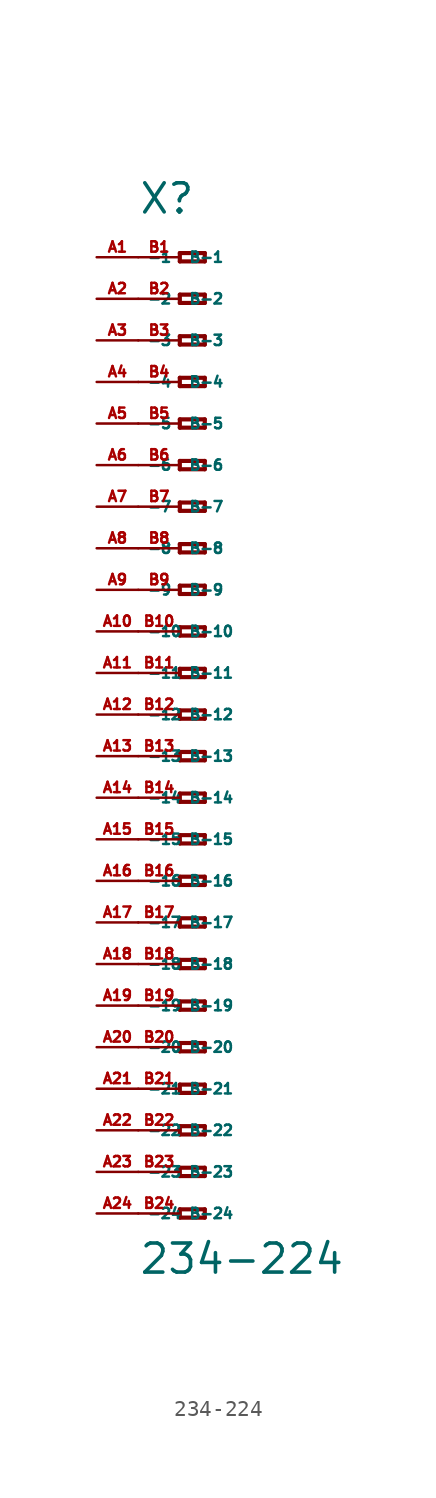
<source format=kicad_sym>
(kicad_symbol_lib
  (version 20220914)
  (generator Eagle2Kicad)
  (symbol "234-224"
    (property "Reference" "X"
      (at -5.08 30.48 0)
      (effects (font (size 1.778 1.778) (thickness 0.22)) (justify left bottom)))
    (property "Value" "234-224"
      (at -5.08 -34.29 0)
      (effects (font (size 1.778 1.778) (thickness 0.22)) (justify left bottom)))
    (polyline
      (pts (xy -2.54 28.194) (xy -2.54 27.686))
      (stroke (width 0.254) (type default))
      (fill (type none)))
    (polyline
      (pts (xy -2.54 27.686) (xy -1.016 27.686))
      (stroke (width 0.254) (type default))
      (fill (type none)))
    (polyline
      (pts (xy -1.016 27.686) (xy -1.016 28.194))
      (stroke (width 0.254) (type default))
      (fill (type none)))
    (polyline
      (pts (xy -1.016 28.194) (xy -2.54 28.194))
      (stroke (width 0.254) (type default))
      (fill (type none)))
    (polyline
      (pts (xy -2.54 25.654) (xy -2.54 25.146))
      (stroke (width 0.254) (type default))
      (fill (type none)))
    (polyline
      (pts (xy -2.54 25.146) (xy -1.016 25.146))
      (stroke (width 0.254) (type default))
      (fill (type none)))
    (polyline
      (pts (xy -1.016 25.146) (xy -1.016 25.654))
      (stroke (width 0.254) (type default))
      (fill (type none)))
    (polyline
      (pts (xy -1.016 25.654) (xy -2.54 25.654))
      (stroke (width 0.254) (type default))
      (fill (type none)))
    (polyline
      (pts (xy -2.54 23.114) (xy -2.54 22.606))
      (stroke (width 0.254) (type default))
      (fill (type none)))
    (polyline
      (pts (xy -2.54 22.606) (xy -1.016 22.606))
      (stroke (width 0.254) (type default))
      (fill (type none)))
    (polyline
      (pts (xy -1.016 22.606) (xy -1.016 23.114))
      (stroke (width 0.254) (type default))
      (fill (type none)))
    (polyline
      (pts (xy -1.016 23.114) (xy -2.54 23.114))
      (stroke (width 0.254) (type default))
      (fill (type none)))
    (polyline
      (pts (xy -2.54 20.574) (xy -2.54 20.066))
      (stroke (width 0.254) (type default))
      (fill (type none)))
    (polyline
      (pts (xy -2.54 20.066) (xy -1.016 20.066))
      (stroke (width 0.254) (type default))
      (fill (type none)))
    (polyline
      (pts (xy -1.016 20.066) (xy -1.016 20.574))
      (stroke (width 0.254) (type default))
      (fill (type none)))
    (polyline
      (pts (xy -1.016 20.574) (xy -2.54 20.574))
      (stroke (width 0.254) (type default))
      (fill (type none)))
    (polyline
      (pts (xy -2.54 18.034) (xy -2.54 17.526))
      (stroke (width 0.254) (type default))
      (fill (type none)))
    (polyline
      (pts (xy -2.54 17.526) (xy -1.016 17.526))
      (stroke (width 0.254) (type default))
      (fill (type none)))
    (polyline
      (pts (xy -1.016 17.526) (xy -1.016 18.034))
      (stroke (width 0.254) (type default))
      (fill (type none)))
    (polyline
      (pts (xy -1.016 18.034) (xy -2.54 18.034))
      (stroke (width 0.254) (type default))
      (fill (type none)))
    (polyline
      (pts (xy -2.54 15.494) (xy -2.54 14.986))
      (stroke (width 0.254) (type default))
      (fill (type none)))
    (polyline
      (pts (xy -2.54 14.986) (xy -1.016 14.986))
      (stroke (width 0.254) (type default))
      (fill (type none)))
    (polyline
      (pts (xy -1.016 14.986) (xy -1.016 15.494))
      (stroke (width 0.254) (type default))
      (fill (type none)))
    (polyline
      (pts (xy -1.016 15.494) (xy -2.54 15.494))
      (stroke (width 0.254) (type default))
      (fill (type none)))
    (polyline
      (pts (xy -2.54 12.954) (xy -2.54 12.446))
      (stroke (width 0.254) (type default))
      (fill (type none)))
    (polyline
      (pts (xy -2.54 12.446) (xy -1.016 12.446))
      (stroke (width 0.254) (type default))
      (fill (type none)))
    (polyline
      (pts (xy -1.016 12.446) (xy -1.016 12.954))
      (stroke (width 0.254) (type default))
      (fill (type none)))
    (polyline
      (pts (xy -1.016 12.954) (xy -2.54 12.954))
      (stroke (width 0.254) (type default))
      (fill (type none)))
    (polyline
      (pts (xy -2.54 10.414) (xy -2.54 9.906))
      (stroke (width 0.254) (type default))
      (fill (type none)))
    (polyline
      (pts (xy -2.54 9.906) (xy -1.016 9.906))
      (stroke (width 0.254) (type default))
      (fill (type none)))
    (polyline
      (pts (xy -1.016 9.906) (xy -1.016 10.414))
      (stroke (width 0.254) (type default))
      (fill (type none)))
    (polyline
      (pts (xy -1.016 10.414) (xy -2.54 10.414))
      (stroke (width 0.254) (type default))
      (fill (type none)))
    (polyline
      (pts (xy -2.54 7.874) (xy -2.54 7.366))
      (stroke (width 0.254) (type default))
      (fill (type none)))
    (polyline
      (pts (xy -2.54 7.366) (xy -1.016 7.366))
      (stroke (width 0.254) (type default))
      (fill (type none)))
    (polyline
      (pts (xy -1.016 7.366) (xy -1.016 7.874))
      (stroke (width 0.254) (type default))
      (fill (type none)))
    (polyline
      (pts (xy -1.016 7.874) (xy -2.54 7.874))
      (stroke (width 0.254) (type default))
      (fill (type none)))
    (polyline
      (pts (xy -2.54 5.334) (xy -2.54 4.826))
      (stroke (width 0.254) (type default))
      (fill (type none)))
    (polyline
      (pts (xy -2.54 4.826) (xy -1.016 4.826))
      (stroke (width 0.254) (type default))
      (fill (type none)))
    (polyline
      (pts (xy -1.016 4.826) (xy -1.016 5.334))
      (stroke (width 0.254) (type default))
      (fill (type none)))
    (polyline
      (pts (xy -1.016 5.334) (xy -2.54 5.334))
      (stroke (width 0.254) (type default))
      (fill (type none)))
    (polyline
      (pts (xy -2.54 2.794) (xy -2.54 2.286))
      (stroke (width 0.254) (type default))
      (fill (type none)))
    (polyline
      (pts (xy -2.54 2.286) (xy -1.016 2.286))
      (stroke (width 0.254) (type default))
      (fill (type none)))
    (polyline
      (pts (xy -1.016 2.286) (xy -1.016 2.794))
      (stroke (width 0.254) (type default))
      (fill (type none)))
    (polyline
      (pts (xy -1.016 2.794) (xy -2.54 2.794))
      (stroke (width 0.254) (type default))
      (fill (type none)))
    (polyline
      (pts (xy -2.54 0.254) (xy -2.54 -0.254))
      (stroke (width 0.254) (type default))
      (fill (type none)))
    (polyline
      (pts (xy -2.54 -0.254) (xy -1.016 -0.254))
      (stroke (width 0.254) (type default))
      (fill (type none)))
    (polyline
      (pts (xy -1.016 -0.254) (xy -1.016 0.254))
      (stroke (width 0.254) (type default))
      (fill (type none)))
    (polyline
      (pts (xy -1.016 0.254) (xy -2.54 0.254))
      (stroke (width 0.254) (type default))
      (fill (type none)))
    (polyline
      (pts (xy -2.54 -2.286) (xy -2.54 -2.794))
      (stroke (width 0.254) (type default))
      (fill (type none)))
    (polyline
      (pts (xy -2.54 -2.794) (xy -1.016 -2.794))
      (stroke (width 0.254) (type default))
      (fill (type none)))
    (polyline
      (pts (xy -1.016 -2.794) (xy -1.016 -2.286))
      (stroke (width 0.254) (type default))
      (fill (type none)))
    (polyline
      (pts (xy -1.016 -2.286) (xy -2.54 -2.286))
      (stroke (width 0.254) (type default))
      (fill (type none)))
    (polyline
      (pts (xy -2.54 -4.826) (xy -2.54 -5.334))
      (stroke (width 0.254) (type default))
      (fill (type none)))
    (polyline
      (pts (xy -2.54 -5.334) (xy -1.016 -5.334))
      (stroke (width 0.254) (type default))
      (fill (type none)))
    (polyline
      (pts (xy -1.016 -5.334) (xy -1.016 -4.826))
      (stroke (width 0.254) (type default))
      (fill (type none)))
    (polyline
      (pts (xy -1.016 -4.826) (xy -2.54 -4.826))
      (stroke (width 0.254) (type default))
      (fill (type none)))
    (polyline
      (pts (xy -2.54 -7.366) (xy -2.54 -7.874))
      (stroke (width 0.254) (type default))
      (fill (type none)))
    (polyline
      (pts (xy -2.54 -7.874) (xy -1.016 -7.874))
      (stroke (width 0.254) (type default))
      (fill (type none)))
    (polyline
      (pts (xy -1.016 -7.874) (xy -1.016 -7.366))
      (stroke (width 0.254) (type default))
      (fill (type none)))
    (polyline
      (pts (xy -1.016 -7.366) (xy -2.54 -7.366))
      (stroke (width 0.254) (type default))
      (fill (type none)))
    (polyline
      (pts (xy -2.54 -9.906) (xy -2.54 -10.414))
      (stroke (width 0.254) (type default))
      (fill (type none)))
    (polyline
      (pts (xy -2.54 -10.414) (xy -1.016 -10.414))
      (stroke (width 0.254) (type default))
      (fill (type none)))
    (polyline
      (pts (xy -1.016 -10.414) (xy -1.016 -9.906))
      (stroke (width 0.254) (type default))
      (fill (type none)))
    (polyline
      (pts (xy -1.016 -9.906) (xy -2.54 -9.906))
      (stroke (width 0.254) (type default))
      (fill (type none)))
    (polyline
      (pts (xy -2.54 -12.446) (xy -2.54 -12.954))
      (stroke (width 0.254) (type default))
      (fill (type none)))
    (polyline
      (pts (xy -2.54 -12.954) (xy -1.016 -12.954))
      (stroke (width 0.254) (type default))
      (fill (type none)))
    (polyline
      (pts (xy -1.016 -12.954) (xy -1.016 -12.446))
      (stroke (width 0.254) (type default))
      (fill (type none)))
    (polyline
      (pts (xy -1.016 -12.446) (xy -2.54 -12.446))
      (stroke (width 0.254) (type default))
      (fill (type none)))
    (polyline
      (pts (xy -2.54 -14.986) (xy -2.54 -15.494))
      (stroke (width 0.254) (type default))
      (fill (type none)))
    (polyline
      (pts (xy -2.54 -15.494) (xy -1.016 -15.494))
      (stroke (width 0.254) (type default))
      (fill (type none)))
    (polyline
      (pts (xy -1.016 -15.494) (xy -1.016 -14.986))
      (stroke (width 0.254) (type default))
      (fill (type none)))
    (polyline
      (pts (xy -1.016 -14.986) (xy -2.54 -14.986))
      (stroke (width 0.254) (type default))
      (fill (type none)))
    (polyline
      (pts (xy -2.54 -17.526) (xy -2.54 -18.034))
      (stroke (width 0.254) (type default))
      (fill (type none)))
    (polyline
      (pts (xy -2.54 -18.034) (xy -1.016 -18.034))
      (stroke (width 0.254) (type default))
      (fill (type none)))
    (polyline
      (pts (xy -1.016 -18.034) (xy -1.016 -17.526))
      (stroke (width 0.254) (type default))
      (fill (type none)))
    (polyline
      (pts (xy -1.016 -17.526) (xy -2.54 -17.526))
      (stroke (width 0.254) (type default))
      (fill (type none)))
    (polyline
      (pts (xy -2.54 -20.066) (xy -2.54 -20.574))
      (stroke (width 0.254) (type default))
      (fill (type none)))
    (polyline
      (pts (xy -2.54 -20.574) (xy -1.016 -20.574))
      (stroke (width 0.254) (type default))
      (fill (type none)))
    (polyline
      (pts (xy -1.016 -20.574) (xy -1.016 -20.066))
      (stroke (width 0.254) (type default))
      (fill (type none)))
    (polyline
      (pts (xy -1.016 -20.066) (xy -2.54 -20.066))
      (stroke (width 0.254) (type default))
      (fill (type none)))
    (polyline
      (pts (xy -2.54 -22.606) (xy -2.54 -23.114))
      (stroke (width 0.254) (type default))
      (fill (type none)))
    (polyline
      (pts (xy -2.54 -23.114) (xy -1.016 -23.114))
      (stroke (width 0.254) (type default))
      (fill (type none)))
    (polyline
      (pts (xy -1.016 -23.114) (xy -1.016 -22.606))
      (stroke (width 0.254) (type default))
      (fill (type none)))
    (polyline
      (pts (xy -1.016 -22.606) (xy -2.54 -22.606))
      (stroke (width 0.254) (type default))
      (fill (type none)))
    (polyline
      (pts (xy -2.54 -25.146) (xy -2.54 -25.654))
      (stroke (width 0.254) (type default))
      (fill (type none)))
    (polyline
      (pts (xy -2.54 -25.654) (xy -1.016 -25.654))
      (stroke (width 0.254) (type default))
      (fill (type none)))
    (polyline
      (pts (xy -1.016 -25.654) (xy -1.016 -25.146))
      (stroke (width 0.254) (type default))
      (fill (type none)))
    (polyline
      (pts (xy -1.016 -25.146) (xy -2.54 -25.146))
      (stroke (width 0.254) (type default))
      (fill (type none)))
    (polyline
      (pts (xy -2.54 -27.686) (xy -2.54 -28.194))
      (stroke (width 0.254) (type default))
      (fill (type none)))
    (polyline
      (pts (xy -2.54 -28.194) (xy -1.016 -28.194))
      (stroke (width 0.254) (type default))
      (fill (type none)))
    (polyline
      (pts (xy -1.016 -28.194) (xy -1.016 -27.686))
      (stroke (width 0.254) (type default))
      (fill (type none)))
    (polyline
      (pts (xy -1.016 -27.686) (xy -2.54 -27.686))
      (stroke (width 0.254) (type default))
      (fill (type none)))
    (polyline
      (pts (xy -2.54 -30.226) (xy -2.54 -30.734))
      (stroke (width 0.254) (type default))
      (fill (type none)))
    (polyline
      (pts (xy -2.54 -30.734) (xy -1.016 -30.734))
      (stroke (width 0.254) (type default))
      (fill (type none)))
    (polyline
      (pts (xy -1.016 -30.734) (xy -1.016 -30.226))
      (stroke (width 0.254) (type default))
      (fill (type none)))
    (polyline
      (pts (xy -1.016 -30.226) (xy -2.54 -30.226))
      (stroke (width 0.254) (type default))
      (fill (type none)))
    (pin passive line
      (at -7.62 27.94 0)
      (length 2.54)
      (name "-1" (effects (font (size 0.635 0.635) (thickness 0.08)) (justify left bottom)))
      (number "A1" (effects (font (size 0.635 0.635) (thickness 0.08)) (justify left bottom))))
    (pin passive line
      (at -7.62 25.4 0)
      (length 2.54)
      (name "-2" (effects (font (size 0.635 0.635) (thickness 0.08)) (justify left bottom)))
      (number "A2" (effects (font (size 0.635 0.635) (thickness 0.08)) (justify left bottom))))
    (pin passive line
      (at -7.62 22.86 0)
      (length 2.54)
      (name "-3" (effects (font (size 0.635 0.635) (thickness 0.08)) (justify left bottom)))
      (number "A3" (effects (font (size 0.635 0.635) (thickness 0.08)) (justify left bottom))))
    (pin passive line
      (at -7.62 20.32 0)
      (length 2.54)
      (name "-4" (effects (font (size 0.635 0.635) (thickness 0.08)) (justify left bottom)))
      (number "A4" (effects (font (size 0.635 0.635) (thickness 0.08)) (justify left bottom))))
    (pin passive line
      (at -7.62 17.78 0)
      (length 2.54)
      (name "-5" (effects (font (size 0.635 0.635) (thickness 0.08)) (justify left bottom)))
      (number "A5" (effects (font (size 0.635 0.635) (thickness 0.08)) (justify left bottom))))
    (pin passive line
      (at -7.62 15.24 0)
      (length 2.54)
      (name "-6" (effects (font (size 0.635 0.635) (thickness 0.08)) (justify left bottom)))
      (number "A6" (effects (font (size 0.635 0.635) (thickness 0.08)) (justify left bottom))))
    (pin passive line
      (at -7.62 12.7 0)
      (length 2.54)
      (name "-7" (effects (font (size 0.635 0.635) (thickness 0.08)) (justify left bottom)))
      (number "A7" (effects (font (size 0.635 0.635) (thickness 0.08)) (justify left bottom))))
    (pin passive line
      (at -7.62 10.16 0)
      (length 2.54)
      (name "-8" (effects (font (size 0.635 0.635) (thickness 0.08)) (justify left bottom)))
      (number "A8" (effects (font (size 0.635 0.635) (thickness 0.08)) (justify left bottom))))
    (pin passive line
      (at -7.62 7.62 0)
      (length 2.54)
      (name "-9" (effects (font (size 0.635 0.635) (thickness 0.08)) (justify left bottom)))
      (number "A9" (effects (font (size 0.635 0.635) (thickness 0.08)) (justify left bottom))))
    (pin passive line
      (at -7.62 5.08 0)
      (length 2.54)
      (name "-10" (effects (font (size 0.635 0.635) (thickness 0.08)) (justify left bottom)))
      (number "A10" (effects (font (size 0.635 0.635) (thickness 0.08)) (justify left bottom))))
    (pin passive line
      (at -7.62 2.54 0)
      (length 2.54)
      (name "-11" (effects (font (size 0.635 0.635) (thickness 0.08)) (justify left bottom)))
      (number "A11" (effects (font (size 0.635 0.635) (thickness 0.08)) (justify left bottom))))
    (pin passive line
      (at -7.62 0 0)
      (length 2.54)
      (name "-12" (effects (font (size 0.635 0.635) (thickness 0.08)) (justify left bottom)))
      (number "A12" (effects (font (size 0.635 0.635) (thickness 0.08)) (justify left bottom))))
    (pin passive line
      (at -7.62 -2.54 0)
      (length 2.54)
      (name "-13" (effects (font (size 0.635 0.635) (thickness 0.08)) (justify left bottom)))
      (number "A13" (effects (font (size 0.635 0.635) (thickness 0.08)) (justify left bottom))))
    (pin passive line
      (at -7.62 -5.08 0)
      (length 2.54)
      (name "-14" (effects (font (size 0.635 0.635) (thickness 0.08)) (justify left bottom)))
      (number "A14" (effects (font (size 0.635 0.635) (thickness 0.08)) (justify left bottom))))
    (pin passive line
      (at -7.62 -7.62 0)
      (length 2.54)
      (name "-15" (effects (font (size 0.635 0.635) (thickness 0.08)) (justify left bottom)))
      (number "A15" (effects (font (size 0.635 0.635) (thickness 0.08)) (justify left bottom))))
    (pin passive line
      (at -7.62 -10.16 0)
      (length 2.54)
      (name "-16" (effects (font (size 0.635 0.635) (thickness 0.08)) (justify left bottom)))
      (number "A16" (effects (font (size 0.635 0.635) (thickness 0.08)) (justify left bottom))))
    (pin passive line
      (at -7.62 -12.7 0)
      (length 2.54)
      (name "-17" (effects (font (size 0.635 0.635) (thickness 0.08)) (justify left bottom)))
      (number "A17" (effects (font (size 0.635 0.635) (thickness 0.08)) (justify left bottom))))
    (pin passive line
      (at -7.62 -15.24 0)
      (length 2.54)
      (name "-18" (effects (font (size 0.635 0.635) (thickness 0.08)) (justify left bottom)))
      (number "A18" (effects (font (size 0.635 0.635) (thickness 0.08)) (justify left bottom))))
    (pin passive line
      (at -7.62 -17.78 0)
      (length 2.54)
      (name "-19" (effects (font (size 0.635 0.635) (thickness 0.08)) (justify left bottom)))
      (number "A19" (effects (font (size 0.635 0.635) (thickness 0.08)) (justify left bottom))))
    (pin passive line
      (at -7.62 -20.32 0)
      (length 2.54)
      (name "-20" (effects (font (size 0.635 0.635) (thickness 0.08)) (justify left bottom)))
      (number "A20" (effects (font (size 0.635 0.635) (thickness 0.08)) (justify left bottom))))
    (pin passive line
      (at -7.62 -22.86 0)
      (length 2.54)
      (name "-21" (effects (font (size 0.635 0.635) (thickness 0.08)) (justify left bottom)))
      (number "A21" (effects (font (size 0.635 0.635) (thickness 0.08)) (justify left bottom))))
    (pin passive line
      (at -7.62 -25.4 0)
      (length 2.54)
      (name "-22" (effects (font (size 0.635 0.635) (thickness 0.08)) (justify left bottom)))
      (number "A22" (effects (font (size 0.635 0.635) (thickness 0.08)) (justify left bottom))))
    (pin passive line
      (at -7.62 -27.94 0)
      (length 2.54)
      (name "-23" (effects (font (size 0.635 0.635) (thickness 0.08)) (justify left bottom)))
      (number "A23" (effects (font (size 0.635 0.635) (thickness 0.08)) (justify left bottom))))
    (pin passive line
      (at -7.62 -30.48 0)
      (length 2.54)
      (name "-24" (effects (font (size 0.635 0.635) (thickness 0.08)) (justify left bottom)))
      (number "A24" (effects (font (size 0.635 0.635) (thickness 0.08)) (justify left bottom))))
    (pin passive line
      (at -5.08 -30.48 0)
      (length 2.54)
      (name "B-24" (effects (font (size 0.635 0.635) (thickness 0.08)) (justify left bottom)))
      (number "B24" (effects (font (size 0.635 0.635) (thickness 0.08)) (justify left bottom))))
    (pin passive line
      (at -5.08 27.94 0)
      (length 2.54)
      (name "B-1" (effects (font (size 0.635 0.635) (thickness 0.08)) (justify left bottom)))
      (number "B1" (effects (font (size 0.635 0.635) (thickness 0.08)) (justify left bottom))))
    (pin passive line
      (at -5.08 25.4 0)
      (length 2.54)
      (name "B-2" (effects (font (size 0.635 0.635) (thickness 0.08)) (justify left bottom)))
      (number "B2" (effects (font (size 0.635 0.635) (thickness 0.08)) (justify left bottom))))
    (pin passive line
      (at -5.08 22.86 0)
      (length 2.54)
      (name "B-3" (effects (font (size 0.635 0.635) (thickness 0.08)) (justify left bottom)))
      (number "B3" (effects (font (size 0.635 0.635) (thickness 0.08)) (justify left bottom))))
    (pin passive line
      (at -5.08 20.32 0)
      (length 2.54)
      (name "B-4" (effects (font (size 0.635 0.635) (thickness 0.08)) (justify left bottom)))
      (number "B4" (effects (font (size 0.635 0.635) (thickness 0.08)) (justify left bottom))))
    (pin passive line
      (at -5.08 17.78 0)
      (length 2.54)
      (name "B-5" (effects (font (size 0.635 0.635) (thickness 0.08)) (justify left bottom)))
      (number "B5" (effects (font (size 0.635 0.635) (thickness 0.08)) (justify left bottom))))
    (pin passive line
      (at -5.08 15.24 0)
      (length 2.54)
      (name "B-6" (effects (font (size 0.635 0.635) (thickness 0.08)) (justify left bottom)))
      (number "B6" (effects (font (size 0.635 0.635) (thickness 0.08)) (justify left bottom))))
    (pin passive line
      (at -5.08 12.7 0)
      (length 2.54)
      (name "B-7" (effects (font (size 0.635 0.635) (thickness 0.08)) (justify left bottom)))
      (number "B7" (effects (font (size 0.635 0.635) (thickness 0.08)) (justify left bottom))))
    (pin passive line
      (at -5.08 10.16 0)
      (length 2.54)
      (name "B-8" (effects (font (size 0.635 0.635) (thickness 0.08)) (justify left bottom)))
      (number "B8" (effects (font (size 0.635 0.635) (thickness 0.08)) (justify left bottom))))
    (pin passive line
      (at -5.08 7.62 0)
      (length 2.54)
      (name "B-9" (effects (font (size 0.635 0.635) (thickness 0.08)) (justify left bottom)))
      (number "B9" (effects (font (size 0.635 0.635) (thickness 0.08)) (justify left bottom))))
    (pin passive line
      (at -5.08 5.08 0)
      (length 2.54)
      (name "B-10" (effects (font (size 0.635 0.635) (thickness 0.08)) (justify left bottom)))
      (number "B10" (effects (font (size 0.635 0.635) (thickness 0.08)) (justify left bottom))))
    (pin passive line
      (at -5.08 2.54 0)
      (length 2.54)
      (name "B-11" (effects (font (size 0.635 0.635) (thickness 0.08)) (justify left bottom)))
      (number "B11" (effects (font (size 0.635 0.635) (thickness 0.08)) (justify left bottom))))
    (pin passive line
      (at -5.08 0 0)
      (length 2.54)
      (name "B-12" (effects (font (size 0.635 0.635) (thickness 0.08)) (justify left bottom)))
      (number "B12" (effects (font (size 0.635 0.635) (thickness 0.08)) (justify left bottom))))
    (pin passive line
      (at -5.08 -2.54 0)
      (length 2.54)
      (name "B-13" (effects (font (size 0.635 0.635) (thickness 0.08)) (justify left bottom)))
      (number "B13" (effects (font (size 0.635 0.635) (thickness 0.08)) (justify left bottom))))
    (pin passive line
      (at -5.08 -5.08 0)
      (length 2.54)
      (name "B-14" (effects (font (size 0.635 0.635) (thickness 0.08)) (justify left bottom)))
      (number "B14" (effects (font (size 0.635 0.635) (thickness 0.08)) (justify left bottom))))
    (pin passive line
      (at -5.08 -7.62 0)
      (length 2.54)
      (name "B-15" (effects (font (size 0.635 0.635) (thickness 0.08)) (justify left bottom)))
      (number "B15" (effects (font (size 0.635 0.635) (thickness 0.08)) (justify left bottom))))
    (pin passive line
      (at -5.08 -10.16 0)
      (length 2.54)
      (name "B-16" (effects (font (size 0.635 0.635) (thickness 0.08)) (justify left bottom)))
      (number "B16" (effects (font (size 0.635 0.635) (thickness 0.08)) (justify left bottom))))
    (pin passive line
      (at -5.08 -12.7 0)
      (length 2.54)
      (name "B-17" (effects (font (size 0.635 0.635) (thickness 0.08)) (justify left bottom)))
      (number "B17" (effects (font (size 0.635 0.635) (thickness 0.08)) (justify left bottom))))
    (pin passive line
      (at -5.08 -15.24 0)
      (length 2.54)
      (name "B-18" (effects (font (size 0.635 0.635) (thickness 0.08)) (justify left bottom)))
      (number "B18" (effects (font (size 0.635 0.635) (thickness 0.08)) (justify left bottom))))
    (pin passive line
      (at -5.08 -17.78 0)
      (length 2.54)
      (name "B-19" (effects (font (size 0.635 0.635) (thickness 0.08)) (justify left bottom)))
      (number "B19" (effects (font (size 0.635 0.635) (thickness 0.08)) (justify left bottom))))
    (pin passive line
      (at -5.08 -20.32 0)
      (length 2.54)
      (name "B-20" (effects (font (size 0.635 0.635) (thickness 0.08)) (justify left bottom)))
      (number "B20" (effects (font (size 0.635 0.635) (thickness 0.08)) (justify left bottom))))
    (pin passive line
      (at -5.08 -22.86 0)
      (length 2.54)
      (name "B-21" (effects (font (size 0.635 0.635) (thickness 0.08)) (justify left bottom)))
      (number "B21" (effects (font (size 0.635 0.635) (thickness 0.08)) (justify left bottom))))
    (pin passive line
      (at -5.08 -25.4 0)
      (length 2.54)
      (name "B-22" (effects (font (size 0.635 0.635) (thickness 0.08)) (justify left bottom)))
      (number "B22" (effects (font (size 0.635 0.635) (thickness 0.08)) (justify left bottom))))
    (pin passive line
      (at -5.08 -27.94 0)
      (length 2.54)
      (name "B-23" (effects (font (size 0.635 0.635) (thickness 0.08)) (justify left bottom)))
      (number "B23" (effects (font (size 0.635 0.635) (thickness 0.08)) (justify left bottom))))))
</source>
